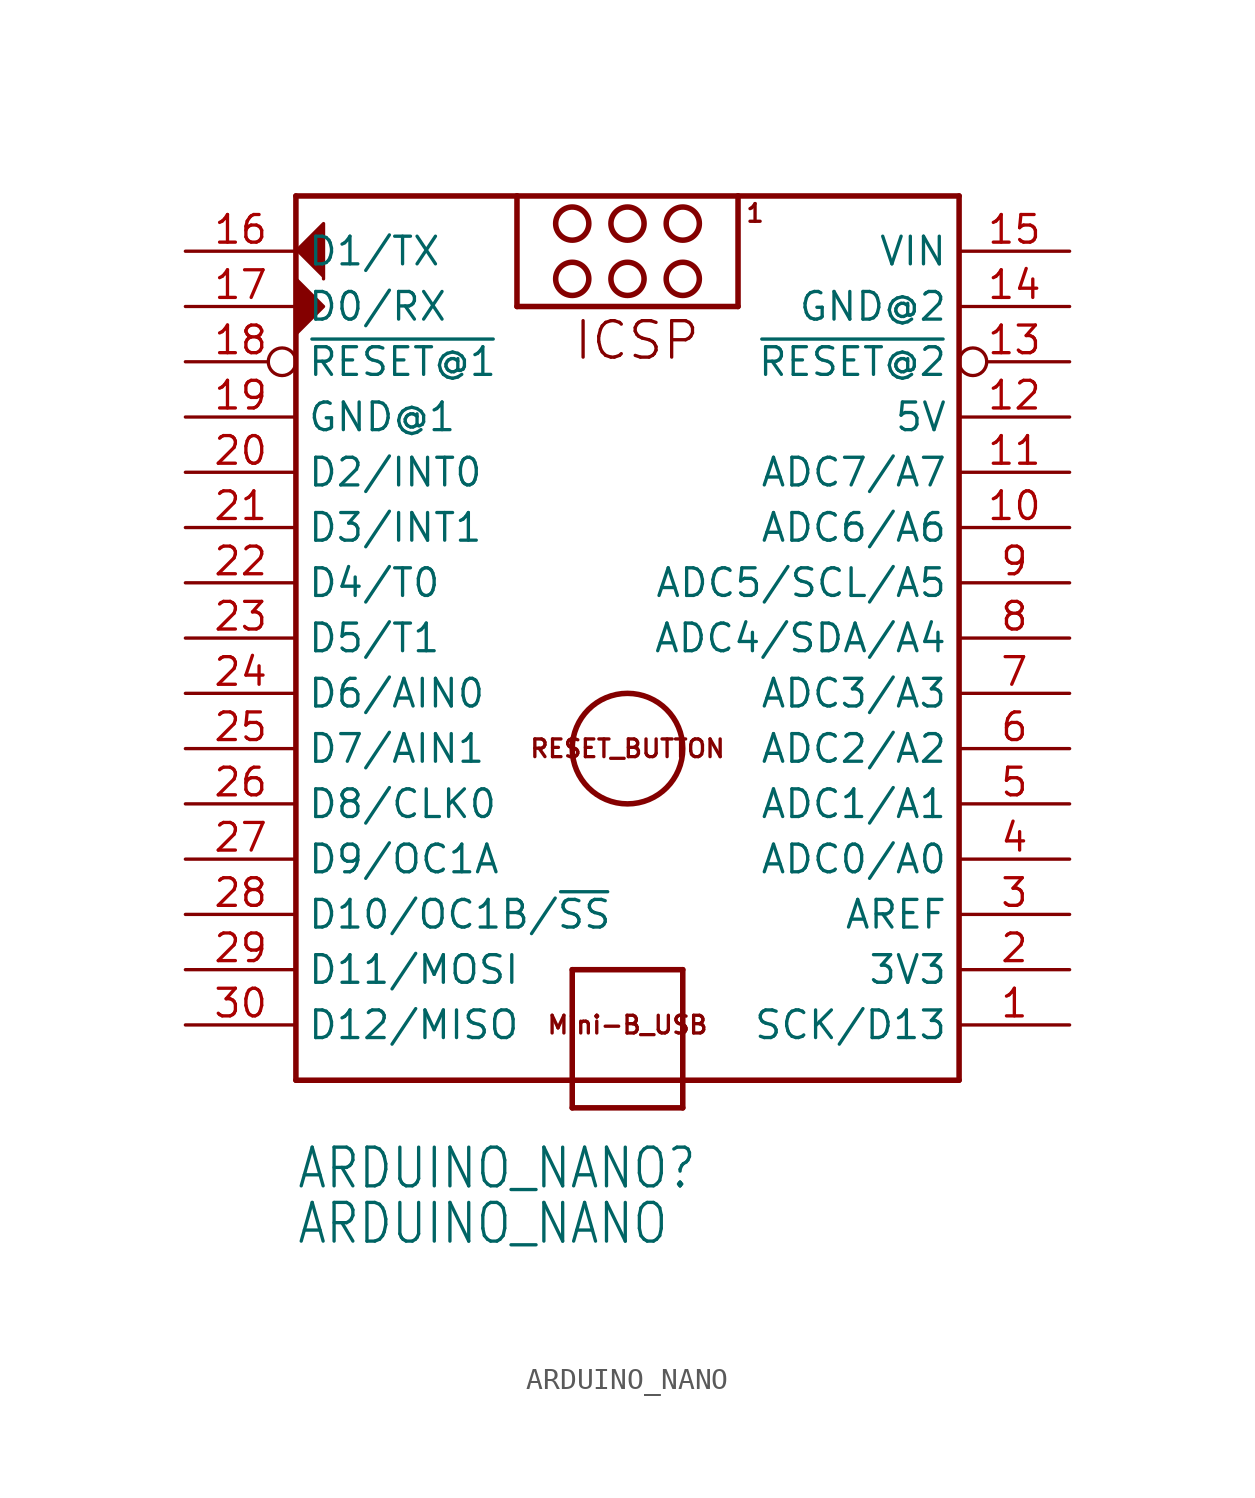
<source format=kicad_sym>
(kicad_symbol_lib
  (version 20211014)
  (generator kicad_symbol_editor)
  (symbol "ARDUINO_NANO"
    (property "Reference" "ARDUINO_NANO"
      (at -15.24 -20.32 0)
      (effects (font (size 1.778 1.511)) (justify left bottom)))
    (property "Value" "ARDUINO_NANO"
      (at -15.24 -22.86 0)
      (effects (font (size 1.778 1.511)) (justify left bottom)))
    (property "ki_locked" ""
      (at 0 0 0)
      (effects (font (size 1.27 1.27))))
    (symbol "ARDUINO_NANO_1_0"
      (circle (center -2.54 21.59) (radius 0.762) (stroke (width 0.254) (type default) (color 0 0 0 0)) (fill (type none)))
      (circle (center -2.54 24.13) (radius 0.762) (stroke (width 0.254) (type default) (color 0 0 0 0)) (fill (type none)))
      (polyline (pts (xy -15.24 -15.24) (xy -15.24 25.4)) (stroke (width 0.254) (type default) (color 0 0 0 0)) (fill (type none)))
      (polyline (pts (xy -15.24 25.4) (xy -5.08 25.4)) (stroke (width 0.254) (type default) (color 0 0 0 0)) (fill (type none)))
      (polyline (pts (xy -5.08 20.32) (xy 5.08 20.32)) (stroke (width 0.254) (type default) (color 0 0 0 0)) (fill (type none)))
      (polyline (pts (xy -5.08 25.4) (xy -5.08 20.32)) (stroke (width 0.254) (type default) (color 0 0 0 0)) (fill (type none)))
      (polyline (pts (xy -5.08 25.4) (xy 5.08 25.4)) (stroke (width 0.254) (type default) (color 0 0 0 0)) (fill (type none)))
      (polyline (pts (xy -2.54 -16.51) (xy 2.54 -16.51)) (stroke (width 0.254) (type default) (color 0 0 0 0)) (fill (type none)))
      (polyline (pts (xy -2.54 -10.16) (xy -2.54 -16.51)) (stroke (width 0.254) (type default) (color 0 0 0 0)) (fill (type none)))
      (polyline (pts (xy 2.54 -16.51) (xy 2.54 -10.16)) (stroke (width 0.254) (type default) (color 0 0 0 0)) (fill (type none)))
      (polyline (pts (xy 2.54 -10.16) (xy -2.54 -10.16)) (stroke (width 0.254) (type default) (color 0 0 0 0)) (fill (type none)))
      (polyline (pts (xy 5.08 20.32) (xy 5.08 25.4)) (stroke (width 0.254) (type default) (color 0 0 0 0)) (fill (type none)))
      (polyline (pts (xy 5.08 25.4) (xy 15.24 25.4)) (stroke (width 0.254) (type default) (color 0 0 0 0)) (fill (type none)))
      (polyline (pts (xy 15.24 -15.24) (xy -15.24 -15.24)) (stroke (width 0.254) (type default) (color 0 0 0 0)) (fill (type none)))
      (polyline (pts (xy 15.24 25.4) (xy 15.24 -15.24)) (stroke (width 0.254) (type default) (color 0 0 0 0)) (fill (type none)))
      (polyline (pts (xy -15.24 21.59) (xy -13.97 20.32) (xy -15.24 19.05)) (stroke (width 0) (type default) (color 0 0 0 0)) (fill (type outline)))
      (polyline (pts (xy -15.24 22.86) (xy -13.97 24.13) (xy -13.97 21.59)) (stroke (width 0) (type default) (color 0 0 0 0)) (fill (type outline)))
      (circle (center 0 0) (radius 2.54) (stroke (width 0.254) (type default) (color 0 0 0 0)) (fill (type none)))
      (circle (center 0 21.59) (radius 0.762) (stroke (width 0.254) (type default) (color 0 0 0 0)) (fill (type none)))
      (circle (center 0 24.13) (radius 0.762) (stroke (width 0.254) (type default) (color 0 0 0 0)) (fill (type none)))
      (circle (center 2.54 21.59) (radius 0.762) (stroke (width 0.254) (type default) (color 0 0 0 0)) (fill (type none)))
      (circle (center 2.54 24.13) (radius 0.762) (stroke (width 0.254) (type default) (color 0 0 0 0)) (fill (type none)))
      (text "1" (at 6.35 24.13 0) (effects (font (size 0.813 0.813)) (justify right bottom)))
      (text "ICSP" (at -2.54 17.78 0) (effects (font (size 1.676 1.676)) (justify left bottom)))
      (text "Mini-B_USB" (at 0 -12.7 0) (effects (font (size 0.813 0.813))))
      (text "RESET_BUTTON" (at 0 0 0) (effects (font (size 0.813 0.813))))
      (pin bidirectional line (at 20.32 -12.7 180) (length 5.08) (name "SCK/D13" (effects (font (size 1.27 1.27)))) (number "1" (effects (font (size 1.27 1.27)))))
      (pin bidirectional line (at 20.32 10.16 180) (length 5.08) (name "ADC6/A6" (effects (font (size 1.27 1.27)))) (number "10" (effects (font (size 1.27 1.27)))))
      (pin bidirectional line (at 20.32 12.7 180) (length 5.08) (name "ADC7/A7" (effects (font (size 1.27 1.27)))) (number "11" (effects (font (size 1.27 1.27)))))
      (pin power_in line (at 20.32 15.24 180) (length 5.08) (name "5V" (effects (font (size 1.27 1.27)))) (number "12" (effects (font (size 1.27 1.27)))))
      (pin input inverted (at 20.32 17.78 180) (length 5.08) (name "~{RESET@2}" (effects (font (size 1.27 1.27)))) (number "13" (effects (font (size 1.27 1.27)))))
      (pin power_in line (at 20.32 20.32 180) (length 5.08) (name "GND@2" (effects (font (size 1.27 1.27)))) (number "14" (effects (font (size 1.27 1.27)))))
      (pin power_in line (at 20.32 22.86 180) (length 5.08) (name "VIN" (effects (font (size 1.27 1.27)))) (number "15" (effects (font (size 1.27 1.27)))))
      (pin bidirectional line (at -20.32 22.86 0) (length 5.08) (name "D1/TX" (effects (font (size 1.27 1.27)))) (number "16" (effects (font (size 1.27 1.27)))))
      (pin bidirectional line (at -20.32 20.32 0) (length 5.08) (name "D0/RX" (effects (font (size 1.27 1.27)))) (number "17" (effects (font (size 1.27 1.27)))))
      (pin input inverted (at -20.32 17.78 0) (length 5.08) (name "~{RESET@1}" (effects (font (size 1.27 1.27)))) (number "18" (effects (font (size 1.27 1.27)))))
      (pin power_in line (at -20.32 15.24 0) (length 5.08) (name "GND@1" (effects (font (size 1.27 1.27)))) (number "19" (effects (font (size 1.27 1.27)))))
      (pin output line (at 20.32 -10.16 180) (length 5.08) (name "3V3" (effects (font (size 1.27 1.27)))) (number "2" (effects (font (size 1.27 1.27)))))
      (pin bidirectional line (at -20.32 12.7 0) (length 5.08) (name "D2/INT0" (effects (font (size 1.27 1.27)))) (number "20" (effects (font (size 1.27 1.27)))))
      (pin bidirectional line (at -20.32 10.16 0) (length 5.08) (name "D3/INT1" (effects (font (size 1.27 1.27)))) (number "21" (effects (font (size 1.27 1.27)))))
      (pin bidirectional line (at -20.32 7.62 0) (length 5.08) (name "D4/T0" (effects (font (size 1.27 1.27)))) (number "22" (effects (font (size 1.27 1.27)))))
      (pin bidirectional line (at -20.32 5.08 0) (length 5.08) (name "D5/T1" (effects (font (size 1.27 1.27)))) (number "23" (effects (font (size 1.27 1.27)))))
      (pin bidirectional line (at -20.32 2.54 0) (length 5.08) (name "D6/AIN0" (effects (font (size 1.27 1.27)))) (number "24" (effects (font (size 1.27 1.27)))))
      (pin bidirectional line (at -20.32 0 0) (length 5.08) (name "D7/AIN1" (effects (font (size 1.27 1.27)))) (number "25" (effects (font (size 1.27 1.27)))))
      (pin bidirectional line (at -20.32 -2.54 0) (length 5.08) (name "D8/CLK0" (effects (font (size 1.27 1.27)))) (number "26" (effects (font (size 1.27 1.27)))))
      (pin bidirectional line (at -20.32 -5.08 0) (length 5.08) (name "D9/OC1A" (effects (font (size 1.27 1.27)))) (number "27" (effects (font (size 1.27 1.27)))))
      (pin bidirectional line (at -20.32 -7.62 0) (length 5.08) (name "D10/OC1B/~{SS}" (effects (font (size 1.27 1.27)))) (number "28" (effects (font (size 1.27 1.27)))))
      (pin bidirectional line (at -20.32 -10.16 0) (length 5.08) (name "D11/MOSI" (effects (font (size 1.27 1.27)))) (number "29" (effects (font (size 1.27 1.27)))))
      (pin input line (at 20.32 -7.62 180) (length 5.08) (name "AREF" (effects (font (size 1.27 1.27)))) (number "3" (effects (font (size 1.27 1.27)))))
      (pin bidirectional line (at -20.32 -12.7 0) (length 5.08) (name "D12/MISO" (effects (font (size 1.27 1.27)))) (number "30" (effects (font (size 1.27 1.27)))))
      (pin bidirectional line (at 20.32 -5.08 180) (length 5.08) (name "ADC0/A0" (effects (font (size 1.27 1.27)))) (number "4" (effects (font (size 1.27 1.27)))))
      (pin bidirectional line (at 20.32 -2.54 180) (length 5.08) (name "ADC1/A1" (effects (font (size 1.27 1.27)))) (number "5" (effects (font (size 1.27 1.27)))))
      (pin bidirectional line (at 20.32 0 180) (length 5.08) (name "ADC2/A2" (effects (font (size 1.27 1.27)))) (number "6" (effects (font (size 1.27 1.27)))))
      (pin bidirectional line (at 20.32 2.54 180) (length 5.08) (name "ADC3/A3" (effects (font (size 1.27 1.27)))) (number "7" (effects (font (size 1.27 1.27)))))
      (pin bidirectional line (at 20.32 5.08 180) (length 5.08) (name "ADC4/SDA/A4" (effects (font (size 1.27 1.27)))) (number "8" (effects (font (size 1.27 1.27)))))
      (pin bidirectional line (at 20.32 7.62 180) (length 5.08) (name "ADC5/SCL/A5" (effects (font (size 1.27 1.27)))) (number "9" (effects (font (size 1.27 1.27))))))))
</source>
